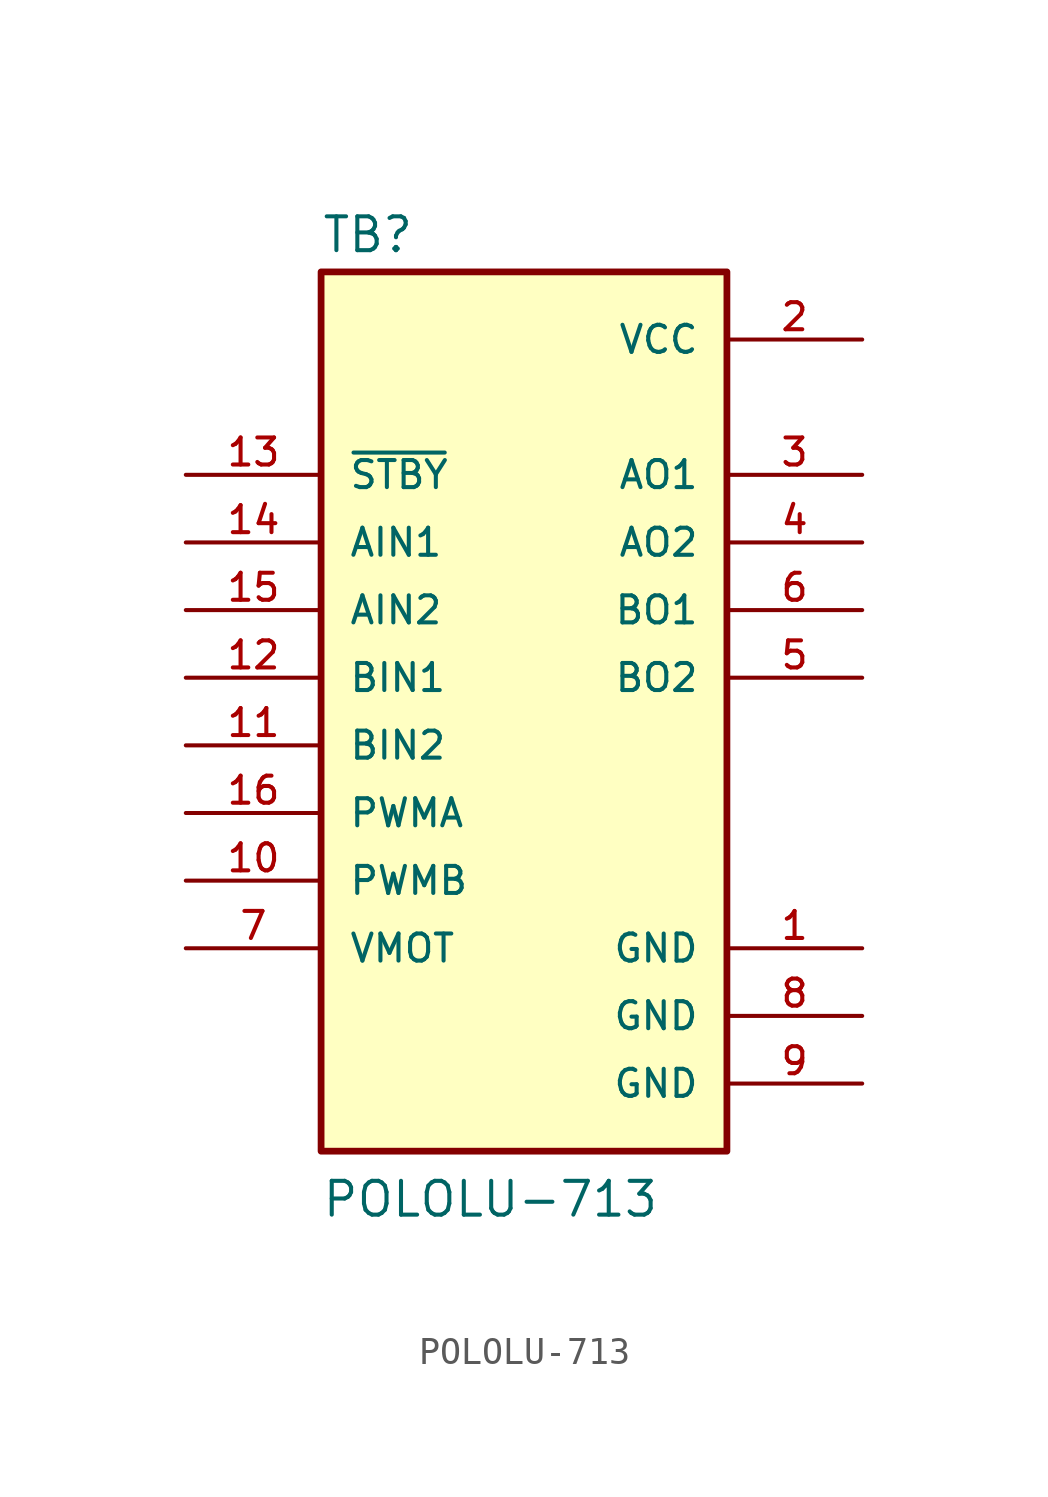
<source format=kicad_sym>
(kicad_symbol_lib
  (version 20220914)
  (generator kicad_symbol_editor)
  (symbol "POLOLU-713"
    (pin_names
      (offset 1.016))
    (property "Reference" "TB"
      (at -7.629 15.893 0)
      (effects (font (size 1.27 1.27)) (justify left bottom)))
    (property "Value" "POLOLU-713"
      (at -7.622 -20.326 0)
      (effects (font (size 1.27 1.27)) (justify left bottom)))
    (symbol "POLOLU-713_0_0"
      (rectangle (start -7.62 15.24) (end 7.62 -17.78) (stroke (width 0.254) (type default)) (fill (type background)))
      (pin power_in line (at 12.7 -10.16 180) (length 5.08) (name "GND" (effects (font (size 1.016 1.016)))) (number "1" (effects (font (size 1.016 1.016)))))
      (pin input line (at -12.7 -7.62 0) (length 5.08) (name "PWMB" (effects (font (size 1.016 1.016)))) (number "10" (effects (font (size 1.016 1.016)))))
      (pin input line (at -12.7 -2.54 0) (length 5.08) (name "BIN2" (effects (font (size 1.016 1.016)))) (number "11" (effects (font (size 1.016 1.016)))))
      (pin input line (at -12.7 0 0) (length 5.08) (name "BIN1" (effects (font (size 1.016 1.016)))) (number "12" (effects (font (size 1.016 1.016)))))
      (pin input line (at -12.7 7.62 0) (length 5.08) (name "~{STBY}" (effects (font (size 1.016 1.016)))) (number "13" (effects (font (size 1.016 1.016)))))
      (pin input line (at -12.7 5.08 0) (length 5.08) (name "AIN1" (effects (font (size 1.016 1.016)))) (number "14" (effects (font (size 1.016 1.016)))))
      (pin input line (at -12.7 2.54 0) (length 5.08) (name "AIN2" (effects (font (size 1.016 1.016)))) (number "15" (effects (font (size 1.016 1.016)))))
      (pin input line (at -12.7 -5.08 0) (length 5.08) (name "PWMA" (effects (font (size 1.016 1.016)))) (number "16" (effects (font (size 1.016 1.016)))))
      (pin power_in line (at 12.7 12.7 180) (length 5.08) (name "VCC" (effects (font (size 1.016 1.016)))) (number "2" (effects (font (size 1.016 1.016)))))
      (pin output line (at 12.7 7.62 180) (length 5.08) (name "AO1" (effects (font (size 1.016 1.016)))) (number "3" (effects (font (size 1.016 1.016)))))
      (pin output line (at 12.7 5.08 180) (length 5.08) (name "AO2" (effects (font (size 1.016 1.016)))) (number "4" (effects (font (size 1.016 1.016)))))
      (pin output line (at 12.7 0 180) (length 5.08) (name "BO2" (effects (font (size 1.016 1.016)))) (number "5" (effects (font (size 1.016 1.016)))))
      (pin output line (at 12.7 2.54 180) (length 5.08) (name "BO1" (effects (font (size 1.016 1.016)))) (number "6" (effects (font (size 1.016 1.016)))))
      (pin input line (at -12.7 -10.16 0) (length 5.08) (name "VMOT" (effects (font (size 1.016 1.016)))) (number "7" (effects (font (size 1.016 1.016)))))
      (pin power_in line (at 12.7 -12.7 180) (length 5.08) (name "GND" (effects (font (size 1.016 1.016)))) (number "8" (effects (font (size 1.016 1.016)))))
      (pin power_in line (at 12.7 -15.24 180) (length 5.08) (name "GND" (effects (font (size 1.016 1.016)))) (number "9" (effects (font (size 1.016 1.016))))))))
</source>
